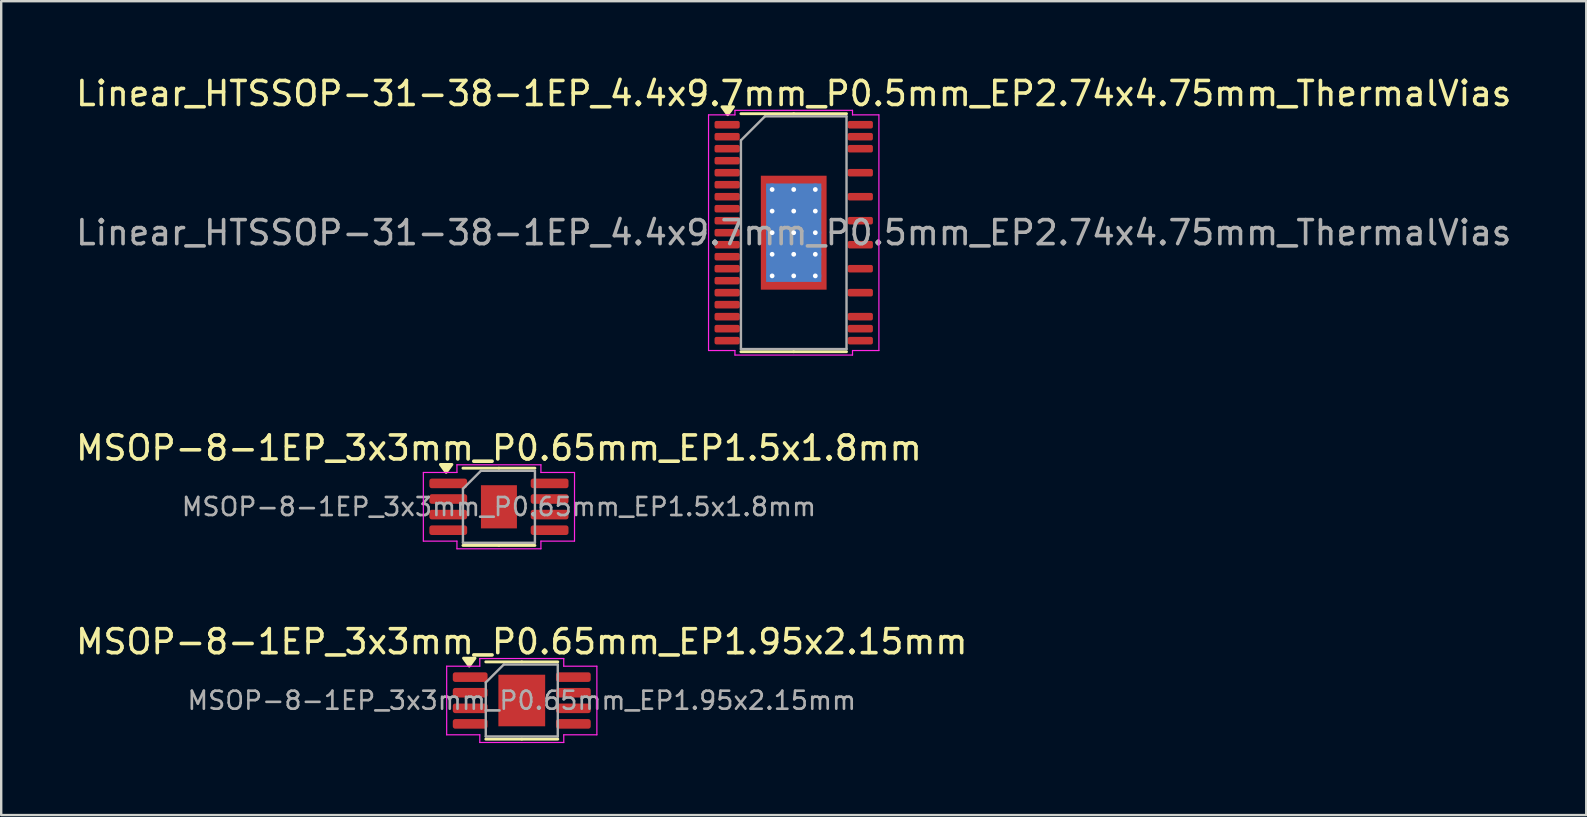
<source format=kicad_pcb>
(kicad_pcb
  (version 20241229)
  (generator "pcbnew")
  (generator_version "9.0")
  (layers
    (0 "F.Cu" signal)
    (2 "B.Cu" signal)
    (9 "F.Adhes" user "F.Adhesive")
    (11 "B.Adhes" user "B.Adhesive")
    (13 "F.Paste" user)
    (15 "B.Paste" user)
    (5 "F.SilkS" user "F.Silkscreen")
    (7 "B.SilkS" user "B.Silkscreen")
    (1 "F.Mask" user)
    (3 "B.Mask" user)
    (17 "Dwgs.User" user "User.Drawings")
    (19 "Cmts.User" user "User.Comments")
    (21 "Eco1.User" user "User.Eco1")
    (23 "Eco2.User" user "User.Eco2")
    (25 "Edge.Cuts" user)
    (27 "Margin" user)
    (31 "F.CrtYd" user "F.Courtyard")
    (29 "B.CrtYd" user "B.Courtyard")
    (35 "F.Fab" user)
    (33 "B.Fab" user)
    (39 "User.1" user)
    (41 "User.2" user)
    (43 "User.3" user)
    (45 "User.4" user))
  (footprint "MSOP-8-1EP_3x3mm_P0.65mm_EP1.5x1.8mm"
    (layer "F.Cu")
    (at 17.744 18.072)
    (property "Reference" "MSOP-8-1EP_3x3mm_P0.65mm_EP1.5x1.8mm" (at 0 -2.45 0) (layer "F.SilkS") (effects (font (size 1 1) (thickness 0.15))))
    (attr smd)
    (fp_line (start 0 -1.61) (end -1.5 -1.61) (stroke (width 0.12) (type solid)) (layer "F.SilkS"))
    (fp_line (start 0 -1.61) (end 1.5 -1.61) (stroke (width 0.12) (type solid)) (layer "F.SilkS"))
    (fp_line (start 0 1.61) (end -1.5 1.61) (stroke (width 0.12) (type solid)) (layer "F.SilkS"))
    (fp_line (start 0 1.61) (end 1.5 1.61) (stroke (width 0.12) (type solid)) (layer "F.SilkS"))
    (fp_poly (pts (xy -2.2 -1.435) (xy -2.44 -1.765) (xy -1.96 -1.765)) (stroke (width 0.12) (type solid)) (fill yes) (layer "F.SilkS"))
    (fp_line (start -3.15 -1.43) (end -1.75 -1.43) (stroke (width 0.05) (type solid)) (layer "F.CrtYd"))
    (fp_line (start -3.15 1.43) (end -3.15 -1.43) (stroke (width 0.05) (type solid)) (layer "F.CrtYd"))
    (fp_line (start -1.75 -1.75) (end 1.75 -1.75) (stroke (width 0.05) (type solid)) (layer "F.CrtYd"))
    (fp_line (start -1.75 -1.43) (end -1.75 -1.75) (stroke (width 0.05) (type solid)) (layer "F.CrtYd"))
    (fp_line (start -1.75 1.43) (end -3.15 1.43) (stroke (width 0.05) (type solid)) (layer "F.CrtYd"))
    (fp_line (start -1.75 1.75) (end -1.75 1.43) (stroke (width 0.05) (type solid)) (layer "F.CrtYd"))
    (fp_line (start 1.75 -1.75) (end 1.75 -1.43) (stroke (width 0.05) (type solid)) (layer "F.CrtYd"))
    (fp_line (start 1.75 -1.43) (end 3.15 -1.43) (stroke (width 0.05) (type solid)) (layer "F.CrtYd"))
    (fp_line (start 1.75 1.43) (end 1.75 1.75) (stroke (width 0.05) (type solid)) (layer "F.CrtYd"))
    (fp_line (start 1.75 1.75) (end -1.75 1.75) (stroke (width 0.05) (type solid)) (layer "F.CrtYd"))
    (fp_line (start 3.15 -1.43) (end 3.15 1.43) (stroke (width 0.05) (type solid)) (layer "F.CrtYd"))
    (fp_line (start 3.15 1.43) (end 1.75 1.43) (stroke (width 0.05) (type solid)) (layer "F.CrtYd"))
    (fp_line (start -1.5 -0.75) (end -0.75 -1.5) (stroke (width 0.1) (type solid)) (layer "F.Fab"))
    (fp_line (start -1.5 1.5) (end -1.5 -0.75) (stroke (width 0.1) (type solid)) (layer "F.Fab"))
    (fp_line (start -0.75 -1.5) (end 1.5 -1.5) (stroke (width 0.1) (type solid)) (layer "F.Fab"))
    (fp_line (start 1.5 -1.5) (end 1.5 1.5) (stroke (width 0.1) (type solid)) (layer "F.Fab"))
    (fp_line (start 1.5 1.5) (end -1.5 1.5) (stroke (width 0.1) (type solid)) (layer "F.Fab"))
    (fp_text user "${REFERENCE}" (at 0 0 0) (layer "F.Fab") (effects (font (size 0.75 0.75) (thickness 0.11))))
    (pad "" smd roundrect (at -0.375 -0.45) (size 0.6 0.73) (layers "F.Paste") (roundrect_rratio 0.25))
    (pad "" smd roundrect (at -0.375 0.45) (size 0.6 0.73) (layers "F.Paste") (roundrect_rratio 0.25))
    (pad "" smd roundrect (at 0.375 -0.45) (size 0.6 0.73) (layers "F.Paste") (roundrect_rratio 0.25))
    (pad "" smd roundrect (at 0.375 0.45) (size 0.6 0.73) (layers "F.Paste") (roundrect_rratio 0.25))
    (pad "1" smd roundrect (at -2.112 -0.975) (size 1.575 0.4) (layers "F.Cu" "F.Mask" "F.Paste") (roundrect_rratio 0.25))
    (pad "2" smd roundrect (at -2.112 -0.325) (size 1.575 0.4) (layers "F.Cu" "F.Mask" "F.Paste") (roundrect_rratio 0.25))
    (pad "3" smd roundrect (at -2.112 0.325) (size 1.575 0.4) (layers "F.Cu" "F.Mask" "F.Paste") (roundrect_rratio 0.25))
    (pad "4" smd roundrect (at -2.112 0.975) (size 1.575 0.4) (layers "F.Cu" "F.Mask" "F.Paste") (roundrect_rratio 0.25))
    (pad "5" smd roundrect (at 2.112 0.975) (size 1.575 0.4) (layers "F.Cu" "F.Mask" "F.Paste") (roundrect_rratio 0.25))
    (pad "6" smd roundrect (at 2.112 0.325) (size 1.575 0.4) (layers "F.Cu" "F.Mask" "F.Paste") (roundrect_rratio 0.25))
    (pad "7" smd roundrect (at 2.112 -0.325) (size 1.575 0.4) (layers "F.Cu" "F.Mask" "F.Paste") (roundrect_rratio 0.25))
    (pad "8" smd roundrect (at 2.112 -0.975) (size 1.575 0.4) (layers "F.Cu" "F.Mask" "F.Paste") (roundrect_rratio 0.25))
    (pad "9" smd rect (at 0 0) (size 1.5 1.8) (property pad_prop_heatsink) (layers "F.Cu" "F.Mask")))
  (footprint "MSOP-8-1EP_3x3mm_P0.65mm_EP1.95x2.15mm"
    (layer "F.Cu")
    (at 18.696 26.145)
    (property "Reference" "MSOP-8-1EP_3x3mm_P0.65mm_EP1.95x2.15mm" (at 0 -2.45 0) (layer "F.SilkS") (effects (font (size 1 1) (thickness 0.15))))
    (attr smd)
    (fp_line (start 0 -1.61) (end -1.5 -1.61) (stroke (width 0.12) (type solid)) (layer "F.SilkS"))
    (fp_line (start 0 -1.61) (end 1.5 -1.61) (stroke (width 0.12) (type solid)) (layer "F.SilkS"))
    (fp_line (start 0 1.61) (end -1.5 1.61) (stroke (width 0.12) (type solid)) (layer "F.SilkS"))
    (fp_line (start 0 1.61) (end 1.5 1.61) (stroke (width 0.12) (type solid)) (layer "F.SilkS"))
    (fp_poly (pts (xy -2.188 -1.435) (xy -2.428 -1.765) (xy -1.948 -1.765)) (stroke (width 0.12) (type solid)) (fill yes) (layer "F.SilkS"))
    (fp_line (start -3.13 -1.43) (end -1.75 -1.43) (stroke (width 0.05) (type solid)) (layer "F.CrtYd"))
    (fp_line (start -3.13 1.43) (end -3.13 -1.43) (stroke (width 0.05) (type solid)) (layer "F.CrtYd"))
    (fp_line (start -1.75 -1.75) (end 1.75 -1.75) (stroke (width 0.05) (type solid)) (layer "F.CrtYd"))
    (fp_line (start -1.75 -1.43) (end -1.75 -1.75) (stroke (width 0.05) (type solid)) (layer "F.CrtYd"))
    (fp_line (start -1.75 1.43) (end -3.13 1.43) (stroke (width 0.05) (type solid)) (layer "F.CrtYd"))
    (fp_line (start -1.75 1.75) (end -1.75 1.43) (stroke (width 0.05) (type solid)) (layer "F.CrtYd"))
    (fp_line (start 1.75 -1.75) (end 1.75 -1.43) (stroke (width 0.05) (type solid)) (layer "F.CrtYd"))
    (fp_line (start 1.75 -1.43) (end 3.13 -1.43) (stroke (width 0.05) (type solid)) (layer "F.CrtYd"))
    (fp_line (start 1.75 1.43) (end 1.75 1.75) (stroke (width 0.05) (type solid)) (layer "F.CrtYd"))
    (fp_line (start 1.75 1.75) (end -1.75 1.75) (stroke (width 0.05) (type solid)) (layer "F.CrtYd"))
    (fp_line (start 3.13 -1.43) (end 3.13 1.43) (stroke (width 0.05) (type solid)) (layer "F.CrtYd"))
    (fp_line (start 3.13 1.43) (end 1.75 1.43) (stroke (width 0.05) (type solid)) (layer "F.CrtYd"))
    (fp_line (start -1.5 -0.75) (end -0.75 -1.5) (stroke (width 0.1) (type solid)) (layer "F.Fab"))
    (fp_line (start -1.5 1.5) (end -1.5 -0.75) (stroke (width 0.1) (type solid)) (layer "F.Fab"))
    (fp_line (start -0.75 -1.5) (end 1.5 -1.5) (stroke (width 0.1) (type solid)) (layer "F.Fab"))
    (fp_line (start 1.5 -1.5) (end 1.5 1.5) (stroke (width 0.1) (type solid)) (layer "F.Fab"))
    (fp_line (start 1.5 1.5) (end -1.5 1.5) (stroke (width 0.1) (type solid)) (layer "F.Fab"))
    (fp_text user "${REFERENCE}" (at 0 0 0) (layer "F.Fab") (effects (font (size 0.75 0.75) (thickness 0.11))))
    (pad "" smd roundrect (at -0.49 -0.54) (size 0.79 0.87) (layers "F.Paste") (roundrect_rratio 0.25))
    (pad "" smd roundrect (at -0.49 0.54) (size 0.79 0.87) (layers "F.Paste") (roundrect_rratio 0.25))
    (pad "" smd roundrect (at 0.49 -0.54) (size 0.79 0.87) (layers "F.Paste") (roundrect_rratio 0.25))
    (pad "" smd roundrect (at 0.49 0.54) (size 0.79 0.87) (layers "F.Paste") (roundrect_rratio 0.25))
    (pad "1" smd roundrect (at -2.15 -0.975) (size 1.45 0.4) (layers "F.Cu" "F.Mask" "F.Paste") (roundrect_rratio 0.25))
    (pad "2" smd roundrect (at -2.15 -0.325) (size 1.45 0.4) (layers "F.Cu" "F.Mask" "F.Paste") (roundrect_rratio 0.25))
    (pad "3" smd roundrect (at -2.15 0.325) (size 1.45 0.4) (layers "F.Cu" "F.Mask" "F.Paste") (roundrect_rratio 0.25))
    (pad "4" smd roundrect (at -2.15 0.975) (size 1.45 0.4) (layers "F.Cu" "F.Mask" "F.Paste") (roundrect_rratio 0.25))
    (pad "5" smd roundrect (at 2.15 0.975) (size 1.45 0.4) (layers "F.Cu" "F.Mask" "F.Paste") (roundrect_rratio 0.25))
    (pad "6" smd roundrect (at 2.15 0.325) (size 1.45 0.4) (layers "F.Cu" "F.Mask" "F.Paste") (roundrect_rratio 0.25))
    (pad "7" smd roundrect (at 2.15 -0.325) (size 1.45 0.4) (layers "F.Cu" "F.Mask" "F.Paste") (roundrect_rratio 0.25))
    (pad "8" smd roundrect (at 2.15 -0.975) (size 1.45 0.4) (layers "F.Cu" "F.Mask" "F.Paste") (roundrect_rratio 0.25))
    (pad "9" smd rect (at 0 0) (size 1.95 2.15) (property pad_prop_heatsink) (layers "F.Cu" "F.Mask")))
  (footprint "Linear_HTSSOP-31-38-1EP_4.4x9.7mm_P0.5mm_EP2.74x4.75mm_ThermalVias"
    (layer "F.Cu")
    (at 30.03 6.648)
    (property "Reference" "Linear_HTSSOP-31-38-1EP_4.4x9.7mm_P0.5mm_EP2.74x4.75mm_ThermalVias" (at 0 -5.8 0) (layer "F.SilkS") (effects (font (size 1 1) (thickness 0.15))))
    (attr smd)
    (fp_line (start 0 -4.96) (end -2.2 -4.96) (stroke (width 0.12) (type solid)) (layer "F.SilkS"))
    (fp_line (start 0 -4.96) (end 2.2 -4.96) (stroke (width 0.12) (type solid)) (layer "F.SilkS"))
    (fp_line (start 0 4.96) (end -2.2 4.96) (stroke (width 0.12) (type solid)) (layer "F.SilkS"))
    (fp_line (start 0 4.96) (end 2.2 4.96) (stroke (width 0.12) (type solid)) (layer "F.SilkS"))
    (fp_poly (pts (xy -2.75 -4.918) (xy -2.99 -5.247) (xy -2.51 -5.247)) (stroke (width 0.12) (type solid)) (fill yes) (layer "F.SilkS"))
    (fp_line (start -3.55 -4.91) (end -2.45 -4.91) (stroke (width 0.05) (type solid)) (layer "F.CrtYd"))
    (fp_line (start -3.55 4.91) (end -3.55 -4.91) (stroke (width 0.05) (type solid)) (layer "F.CrtYd"))
    (fp_line (start -2.45 -5.1) (end 2.45 -5.1) (stroke (width 0.05) (type solid)) (layer "F.CrtYd"))
    (fp_line (start -2.45 -4.91) (end -2.45 -5.1) (stroke (width 0.05) (type solid)) (layer "F.CrtYd"))
    (fp_line (start -2.45 4.91) (end -3.55 4.91) (stroke (width 0.05) (type solid)) (layer "F.CrtYd"))
    (fp_line (start -2.45 5.1) (end -2.45 4.91) (stroke (width 0.05) (type solid)) (layer "F.CrtYd"))
    (fp_line (start 2.45 -5.1) (end 2.45 -4.91) (stroke (width 0.05) (type solid)) (layer "F.CrtYd"))
    (fp_line (start 2.45 -4.91) (end 3.55 -4.91) (stroke (width 0.05) (type solid)) (layer "F.CrtYd"))
    (fp_line (start 2.45 4.91) (end 2.45 5.1) (stroke (width 0.05) (type solid)) (layer "F.CrtYd"))
    (fp_line (start 2.45 5.1) (end -2.45 5.1) (stroke (width 0.05) (type solid)) (layer "F.CrtYd"))
    (fp_line (start 3.55 -4.91) (end 3.55 4.91) (stroke (width 0.05) (type solid)) (layer "F.CrtYd"))
    (fp_line (start 3.55 4.91) (end 2.45 4.91) (stroke (width 0.05) (type solid)) (layer "F.CrtYd"))
    (fp_line (start -2.2 -3.85) (end -1.2 -4.85) (stroke (width 0.1) (type solid)) (layer "F.Fab"))
    (fp_line (start -2.2 4.85) (end -2.2 -3.85) (stroke (width 0.1) (type solid)) (layer "F.Fab"))
    (fp_line (start -1.2 -4.85) (end 2.2 -4.85) (stroke (width 0.1) (type solid)) (layer "F.Fab"))
    (fp_line (start 2.2 -4.85) (end 2.2 4.85) (stroke (width 0.1) (type solid)) (layer "F.Fab"))
    (fp_line (start 2.2 4.85) (end -2.2 4.85) (stroke (width 0.1) (type solid)) (layer "F.Fab"))
    (fp_text user "${REFERENCE}" (at 0 0 0) (layer "F.Fab") (effects (font (size 1 1) (thickness 0.15))))
    (pad "" smd roundrect (at -0.685 -1.58) (size 1.1 1.28) (layers "F.Paste") (roundrect_rratio 0.227))
    (pad "" smd roundrect (at -0.685 0) (size 1.1 1.28) (layers "F.Paste") (roundrect_rratio 0.227))
    (pad "" smd roundrect (at -0.685 1.58) (size 1.1 1.28) (layers "F.Paste") (roundrect_rratio 0.227))
    (pad "" smd roundrect (at 0.685 -1.58) (size 1.1 1.28) (layers "F.Paste") (roundrect_rratio 0.227))
    (pad "" smd roundrect (at 0.685 0) (size 1.1 1.28) (layers "F.Paste") (roundrect_rratio 0.227))
    (pad "" smd roundrect (at 0.685 1.58) (size 1.1 1.28) (layers "F.Paste") (roundrect_rratio 0.227))
    (pad "1" smd roundrect (at -2.775 -4.5) (size 1.05 0.315) (layers "F.Cu" "F.Mask" "F.Paste") (roundrect_rratio 0.25))
    (pad "2" smd roundrect (at -2.775 -4) (size 1.05 0.315) (layers "F.Cu" "F.Mask" "F.Paste") (roundrect_rratio 0.25))
    (pad "3" smd roundrect (at -2.775 -3.5) (size 1.05 0.315) (layers "F.Cu" "F.Mask" "F.Paste") (roundrect_rratio 0.25))
    (pad "4" smd roundrect (at -2.775 -3) (size 1.05 0.315) (layers "F.Cu" "F.Mask" "F.Paste") (roundrect_rratio 0.25))
    (pad "5" smd roundrect (at -2.775 -2.5) (size 1.05 0.315) (layers "F.Cu" "F.Mask" "F.Paste") (roundrect_rratio 0.25))
    (pad "6" smd roundrect (at -2.775 -2) (size 1.05 0.315) (layers "F.Cu" "F.Mask" "F.Paste") (roundrect_rratio 0.25))
    (pad "7" smd roundrect (at -2.775 -1.5) (size 1.05 0.315) (layers "F.Cu" "F.Mask" "F.Paste") (roundrect_rratio 0.25))
    (pad "8" smd roundrect (at -2.775 -1) (size 1.05 0.315) (layers "F.Cu" "F.Mask" "F.Paste") (roundrect_rratio 0.25))
    (pad "9" smd roundrect (at -2.775 -0.5) (size 1.05 0.315) (layers "F.Cu" "F.Mask" "F.Paste") (roundrect_rratio 0.25))
    (pad "10" smd roundrect (at -2.775 0) (size 1.05 0.315) (layers "F.Cu" "F.Mask" "F.Paste") (roundrect_rratio 0.25))
    (pad "11" smd roundrect (at -2.775 0.5) (size 1.05 0.315) (layers "F.Cu" "F.Mask" "F.Paste") (roundrect_rratio 0.25))
    (pad "12" smd roundrect (at -2.775 1) (size 1.05 0.315) (layers "F.Cu" "F.Mask" "F.Paste") (roundrect_rratio 0.25))
    (pad "13" smd roundrect (at -2.775 1.5) (size 1.05 0.315) (layers "F.Cu" "F.Mask" "F.Paste") (roundrect_rratio 0.25))
    (pad "14" smd roundrect (at -2.775 2) (size 1.05 0.315) (layers "F.Cu" "F.Mask" "F.Paste") (roundrect_rratio 0.25))
    (pad "15" smd roundrect (at -2.775 2.5) (size 1.05 0.315) (layers "F.Cu" "F.Mask" "F.Paste") (roundrect_rratio 0.25))
    (pad "16" smd roundrect (at -2.775 3) (size 1.05 0.315) (layers "F.Cu" "F.Mask" "F.Paste") (roundrect_rratio 0.25))
    (pad "17" smd roundrect (at -2.775 3.5) (size 1.05 0.315) (layers "F.Cu" "F.Mask" "F.Paste") (roundrect_rratio 0.25))
    (pad "18" smd roundrect (at -2.775 4) (size 1.05 0.315) (layers "F.Cu" "F.Mask" "F.Paste") (roundrect_rratio 0.25))
    (pad "19" smd roundrect (at -2.775 4.5) (size 1.05 0.315) (layers "F.Cu" "F.Mask" "F.Paste") (roundrect_rratio 0.25))
    (pad "20" smd roundrect (at 2.775 4.5) (size 1.05 0.315) (layers "F.Cu" "F.Mask" "F.Paste") (roundrect_rratio 0.25))
    (pad "21" smd roundrect (at 2.775 4) (size 1.05 0.315) (layers "F.Cu" "F.Mask" "F.Paste") (roundrect_rratio 0.25))
    (pad "22" smd roundrect (at 2.775 3.5) (size 1.05 0.315) (layers "F.Cu" "F.Mask" "F.Paste") (roundrect_rratio 0.25))
    (pad "24" smd roundrect (at 2.775 2.5) (size 1.05 0.315) (layers "F.Cu" "F.Mask" "F.Paste") (roundrect_rratio 0.25))
    (pad "26" smd roundrect (at 2.775 1.5) (size 1.05 0.315) (layers "F.Cu" "F.Mask" "F.Paste") (roundrect_rratio 0.25))
    (pad "28" smd roundrect (at 2.775 0.5) (size 1.05 0.315) (layers "F.Cu" "F.Mask" "F.Paste") (roundrect_rratio 0.25))
    (pad "30" smd roundrect (at 2.775 -0.5) (size 1.05 0.315) (layers "F.Cu" "F.Mask" "F.Paste") (roundrect_rratio 0.25))
    (pad "32" smd roundrect (at 2.775 -1.5) (size 1.05 0.315) (layers "F.Cu" "F.Mask" "F.Paste") (roundrect_rratio 0.25))
    (pad "34" smd roundrect (at 2.775 -2.5) (size 1.05 0.315) (layers "F.Cu" "F.Mask" "F.Paste") (roundrect_rratio 0.25))
    (pad "36" smd roundrect (at 2.775 -3.5) (size 1.05 0.315) (layers "F.Cu" "F.Mask" "F.Paste") (roundrect_rratio 0.25))
    (pad "37" smd roundrect (at 2.775 -4) (size 1.05 0.315) (layers "F.Cu" "F.Mask" "F.Paste") (roundrect_rratio 0.25))
    (pad "38" smd roundrect (at 2.775 -4.5) (size 1.05 0.315) (layers "F.Cu" "F.Mask" "F.Paste") (roundrect_rratio 0.25))
    (pad "39" thru_hole circle (at -0.9 -1.8) (size 0.5 0.5) (drill 0.2) (property pad_prop_heatsink) (layers "*.Cu"))
    (pad "39" thru_hole circle (at -0.9 -0.9) (size 0.5 0.5) (drill 0.2) (property pad_prop_heatsink) (layers "*.Cu"))
    (pad "39" thru_hole circle (at -0.9 0) (size 0.5 0.5) (drill 0.2) (property pad_prop_heatsink) (layers "*.Cu"))
    (pad "39" thru_hole circle (at -0.9 0.9) (size 0.5 0.5) (drill 0.2) (property pad_prop_heatsink) (layers "*.Cu"))
    (pad "39" thru_hole circle (at -0.9 1.8) (size 0.5 0.5) (drill 0.2) (property pad_prop_heatsink) (layers "*.Cu"))
    (pad "39" thru_hole circle (at 0 -1.8) (size 0.5 0.5) (drill 0.2) (property pad_prop_heatsink) (layers "*.Cu"))
    (pad "39" thru_hole circle (at 0 -0.9) (size 0.5 0.5) (drill 0.2) (property pad_prop_heatsink) (layers "*.Cu"))
    (pad "39" thru_hole circle (at 0 0) (size 0.5 0.5) (drill 0.2) (property pad_prop_heatsink) (layers "*.Cu"))
    (pad "39" smd rect (at 0 0) (size 2.3 4.1) (property pad_prop_heatsink) (layers "B.Cu"))
    (pad "39" smd rect (at 0 0) (size 2.74 4.75) (property pad_prop_heatsink) (layers "F.Cu" "F.Mask"))
    (pad "39" thru_hole circle (at 0 0.9) (size 0.5 0.5) (drill 0.2) (property pad_prop_heatsink) (layers "*.Cu"))
    (pad "39" thru_hole circle (at 0 1.8) (size 0.5 0.5) (drill 0.2) (property pad_prop_heatsink) (layers "*.Cu"))
    (pad "39" thru_hole circle (at 0.9 -1.8) (size 0.5 0.5) (drill 0.2) (property pad_prop_heatsink) (layers "*.Cu"))
    (pad "39" thru_hole circle (at 0.9 -0.9) (size 0.5 0.5) (drill 0.2) (property pad_prop_heatsink) (layers "*.Cu"))
    (pad "39" thru_hole circle (at 0.9 0) (size 0.5 0.5) (drill 0.2) (property pad_prop_heatsink) (layers "*.Cu"))
    (pad "39" thru_hole circle (at 0.9 0.9) (size 0.5 0.5) (drill 0.2) (property pad_prop_heatsink) (layers "*.Cu"))
    (pad "39" thru_hole circle (at 0.9 1.8) (size 0.5 0.5) (drill 0.2) (property pad_prop_heatsink) (layers "*.Cu")))
  (gr_rect
    (start -3 -3)
    (end 63.06 30.92)
    (stroke (width 0.1) (type default))
    (fill no)
    (layer "Edge.Cuts")))
</source>
